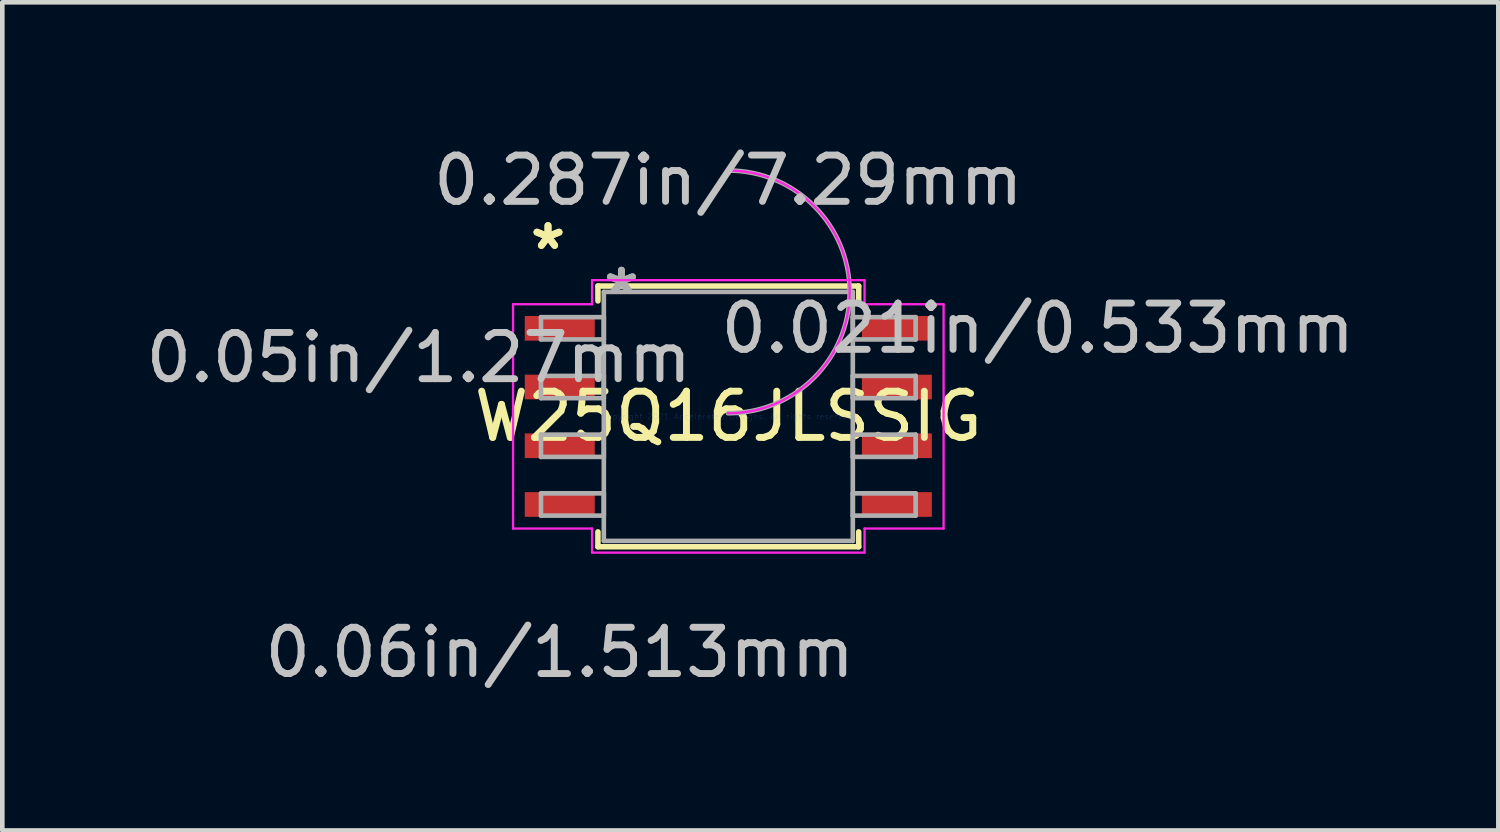
<source format=kicad_pcb>
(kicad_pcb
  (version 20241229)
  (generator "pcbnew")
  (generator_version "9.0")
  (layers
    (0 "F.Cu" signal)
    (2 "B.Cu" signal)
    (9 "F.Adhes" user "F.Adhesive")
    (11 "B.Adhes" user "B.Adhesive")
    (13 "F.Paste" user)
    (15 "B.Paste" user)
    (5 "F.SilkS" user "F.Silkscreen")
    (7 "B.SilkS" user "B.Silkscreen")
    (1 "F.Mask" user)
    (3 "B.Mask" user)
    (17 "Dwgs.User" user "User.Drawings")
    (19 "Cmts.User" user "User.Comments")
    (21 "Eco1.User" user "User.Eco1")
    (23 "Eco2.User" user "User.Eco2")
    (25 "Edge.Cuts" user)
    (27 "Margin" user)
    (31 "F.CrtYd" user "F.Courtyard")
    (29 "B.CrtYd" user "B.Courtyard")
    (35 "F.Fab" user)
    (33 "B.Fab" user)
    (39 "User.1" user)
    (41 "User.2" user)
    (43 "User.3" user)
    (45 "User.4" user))
  (footprint "W25Q16JLSSIG"
    (layer "F.Cu")
    (at 12.699 5.954)
    (property "Reference" "W25Q16JLSSIG" (at 0 0 0) (layer "F.SilkS") (effects (font (size 1 1) (thickness 0.15))))
    (attr through_hole)
    (fp_line (start -2.819 -2.819) (end -2.819 -2.497) (stroke (width 0.12) (type solid)) (layer "F.SilkS"))
    (fp_line (start -2.819 2.497) (end -2.819 2.819) (stroke (width 0.12) (type solid)) (layer "F.SilkS"))
    (fp_line (start -2.819 2.819) (end 2.819 2.819) (stroke (width 0.12) (type solid)) (layer "F.SilkS"))
    (fp_line (start 2.819 -2.819) (end -2.819 -2.819) (stroke (width 0.12) (type solid)) (layer "F.SilkS"))
    (fp_line (start 2.819 -2.497) (end 2.819 -2.819) (stroke (width 0.12) (type solid)) (layer "F.SilkS"))
    (fp_line (start 2.819 2.819) (end 2.819 2.497) (stroke (width 0.12) (type solid)) (layer "F.SilkS"))
    (fp_line (start -4.655 -2.425) (end -2.946 -2.425) (stroke (width 0.05) (type solid)) (layer "F.CrtYd"))
    (fp_line (start -4.655 2.425) (end -4.655 -2.425) (stroke (width 0.05) (type solid)) (layer "F.CrtYd"))
    (fp_line (start -2.946 -2.946) (end 2.946 -2.946) (stroke (width 0.05) (type solid)) (layer "F.CrtYd"))
    (fp_line (start -2.946 -2.425) (end -2.946 -2.946) (stroke (width 0.05) (type solid)) (layer "F.CrtYd"))
    (fp_line (start -2.946 2.425) (end -4.655 2.425) (stroke (width 0.05) (type solid)) (layer "F.CrtYd"))
    (fp_line (start -2.946 2.946) (end -2.946 2.425) (stroke (width 0.05) (type solid)) (layer "F.CrtYd"))
    (fp_line (start 2.946 -2.946) (end 2.946 -2.425) (stroke (width 0.05) (type solid)) (layer "F.CrtYd"))
    (fp_line (start 2.946 -2.425) (end 4.655 -2.425) (stroke (width 0.05) (type solid)) (layer "F.CrtYd"))
    (fp_line (start 2.946 2.425) (end 2.946 2.946) (stroke (width 0.05) (type solid)) (layer "F.CrtYd"))
    (fp_line (start 2.946 2.946) (end -2.946 2.946) (stroke (width 0.05) (type solid)) (layer "F.CrtYd"))
    (fp_line (start 4.655 -2.425) (end 4.655 2.425) (stroke (width 0.05) (type solid)) (layer "F.CrtYd"))
    (fp_line (start 4.655 2.425) (end 2.946 2.425) (stroke (width 0.05) (type solid)) (layer "F.CrtYd"))
    (fp_arc (start 0.011398 -5.316413) (mid 2.624013 -2.681002) (end -0.011398 -0.068387) (stroke (width 0.05) (type solid)) (layer "F.CrtYd"))
    (fp_line (start -4.051 -2.146) (end -4.051 -1.664) (stroke (width 0.1) (type solid)) (layer "F.Fab"))
    (fp_line (start -4.051 -1.664) (end -2.692 -1.664) (stroke (width 0.1) (type solid)) (layer "F.Fab"))
    (fp_line (start -4.051 -0.876) (end -4.051 -0.394) (stroke (width 0.1) (type solid)) (layer "F.Fab"))
    (fp_line (start -4.051 -0.394) (end -2.692 -0.394) (stroke (width 0.1) (type solid)) (layer "F.Fab"))
    (fp_line (start -4.051 0.394) (end -4.051 0.876) (stroke (width 0.1) (type solid)) (layer "F.Fab"))
    (fp_line (start -4.051 0.876) (end -2.692 0.876) (stroke (width 0.1) (type solid)) (layer "F.Fab"))
    (fp_line (start -4.051 1.664) (end -4.051 2.146) (stroke (width 0.1) (type solid)) (layer "F.Fab"))
    (fp_line (start -4.051 2.146) (end -2.692 2.146) (stroke (width 0.1) (type solid)) (layer "F.Fab"))
    (fp_line (start -2.692 -2.692) (end -2.692 2.692) (stroke (width 0.1) (type solid)) (layer "F.Fab"))
    (fp_line (start -2.692 -2.146) (end -4.051 -2.146) (stroke (width 0.1) (type solid)) (layer "F.Fab"))
    (fp_line (start -2.692 -1.664) (end -2.692 -2.146) (stroke (width 0.1) (type solid)) (layer "F.Fab"))
    (fp_line (start -2.692 -0.876) (end -4.051 -0.876) (stroke (width 0.1) (type solid)) (layer "F.Fab"))
    (fp_line (start -2.692 -0.394) (end -2.692 -0.876) (stroke (width 0.1) (type solid)) (layer "F.Fab"))
    (fp_line (start -2.692 0.394) (end -4.051 0.394) (stroke (width 0.1) (type solid)) (layer "F.Fab"))
    (fp_line (start -2.692 0.876) (end -2.692 0.394) (stroke (width 0.1) (type solid)) (layer "F.Fab"))
    (fp_line (start -2.692 1.664) (end -4.051 1.664) (stroke (width 0.1) (type solid)) (layer "F.Fab"))
    (fp_line (start -2.692 2.146) (end -2.692 1.664) (stroke (width 0.1) (type solid)) (layer "F.Fab"))
    (fp_line (start -2.692 2.692) (end 2.692 2.692) (stroke (width 0.1) (type solid)) (layer "F.Fab"))
    (fp_line (start 2.692 -2.692) (end -2.692 -2.692) (stroke (width 0.1) (type solid)) (layer "F.Fab"))
    (fp_line (start 2.692 -2.146) (end 2.692 -1.664) (stroke (width 0.1) (type solid)) (layer "F.Fab"))
    (fp_line (start 2.692 -1.664) (end 4.051 -1.664) (stroke (width 0.1) (type solid)) (layer "F.Fab"))
    (fp_line (start 2.692 -0.876) (end 2.692 -0.394) (stroke (width 0.1) (type solid)) (layer "F.Fab"))
    (fp_line (start 2.692 -0.394) (end 4.051 -0.394) (stroke (width 0.1) (type solid)) (layer "F.Fab"))
    (fp_line (start 2.692 0.394) (end 2.692 0.876) (stroke (width 0.1) (type solid)) (layer "F.Fab"))
    (fp_line (start 2.692 0.876) (end 4.051 0.876) (stroke (width 0.1) (type solid)) (layer "F.Fab"))
    (fp_line (start 2.692 1.664) (end 2.692 2.146) (stroke (width 0.1) (type solid)) (layer "F.Fab"))
    (fp_line (start 2.692 2.146) (end 4.051 2.146) (stroke (width 0.1) (type solid)) (layer "F.Fab"))
    (fp_line (start 2.692 2.692) (end 2.692 -2.692) (stroke (width 0.1) (type solid)) (layer "F.Fab"))
    (fp_line (start 4.051 -2.146) (end 2.692 -2.146) (stroke (width 0.1) (type solid)) (layer "F.Fab"))
    (fp_line (start 4.051 -1.664) (end 4.051 -2.146) (stroke (width 0.1) (type solid)) (layer "F.Fab"))
    (fp_line (start 4.051 -0.876) (end 2.692 -0.876) (stroke (width 0.1) (type solid)) (layer "F.Fab"))
    (fp_line (start 4.051 -0.394) (end 4.051 -0.876) (stroke (width 0.1) (type solid)) (layer "F.Fab"))
    (fp_line (start 4.051 0.394) (end 2.692 0.394) (stroke (width 0.1) (type solid)) (layer "F.Fab"))
    (fp_line (start 4.051 0.876) (end 4.051 0.394) (stroke (width 0.1) (type solid)) (layer "F.Fab"))
    (fp_line (start 4.051 1.664) (end 2.692 1.664) (stroke (width 0.1) (type solid)) (layer "F.Fab"))
    (fp_line (start 4.051 2.146) (end 4.051 1.664) (stroke (width 0.1) (type solid)) (layer "F.Fab"))
    (fp_arc (start 0.007742 -5.316413) (mid 2.624013 -2.684658) (end -0.007742 -0.068387) (stroke (width 0.1) (type solid)) (layer "F.Fab"))
    (fp_text user "*" (at -3.899 -3.581 0) (layer "F.SilkS") (effects (font (size 1 1) (thickness 0.15))))
    (fp_text user "*" (at -3.899 -3.581 0) (layer "F.SilkS") (effects (font (size 1 1) (thickness 0.15))))
    (fp_text user "0.021in/0.533mm" (at 6.693 -1.905 0) (layer "Dwgs.User") (effects (font (size 1 1) (thickness 0.15))))
    (fp_text user "0.287in/7.29mm" (at 0 -5.105 0) (layer "Dwgs.User") (effects (font (size 1 1) (thickness 0.15))))
    (fp_text user "0.05in/1.27mm" (at -6.693 -1.27 0) (layer "Dwgs.User") (effects (font (size 1 1) (thickness 0.15))))
    (fp_text user "0.06in/1.513mm" (at -3.645 5.105 0) (layer "Dwgs.User") (effects (font (size 1 1) (thickness 0.15))))
    (fp_text user "Copyright 2021 Accelerated Designs. All rights reserved." (at 0 0 0) (layer "Cmts.User") (effects (font (size 0.127 0.127) (thickness 0.002))))
    (fp_text user "*" (at -2.311 -2.616 0) (layer "F.Fab") (effects (font (size 1 1) (thickness 0.15))))
    (fp_text user "*" (at -2.311 -2.616 0) (layer "F.Fab") (effects (font (size 1 1) (thickness 0.15))))
    (pad "1" smd rect (at -3.645 -1.905) (size 1.513 0.533) (layers "F.Cu" "F.Mask" "F.Paste"))
    (pad "2" smd rect (at -3.645 -0.635) (size 1.513 0.533) (layers "F.Cu" "F.Mask" "F.Paste"))
    (pad "3" smd rect (at -3.645 0.635) (size 1.513 0.533) (layers "F.Cu" "F.Mask" "F.Paste"))
    (pad "4" smd rect (at -3.645 1.905) (size 1.513 0.533) (layers "F.Cu" "F.Mask" "F.Paste"))
    (pad "5" smd rect (at 3.645 1.905) (size 1.513 0.533) (layers "F.Cu" "F.Mask" "F.Paste"))
    (pad "6" smd rect (at 3.645 0.635) (size 1.513 0.533) (layers "F.Cu" "F.Mask" "F.Paste"))
    (pad "7" smd rect (at 3.645 -0.635) (size 1.513 0.533) (layers "F.Cu" "F.Mask" "F.Paste"))
    (pad "8" smd rect (at 3.645 -1.905) (size 1.513 0.533) (layers "F.Cu" "F.Mask" "F.Paste")))
  (gr_rect
    (start -3 -3)
    (end 29.35 14.907)
    (stroke (width 0.1) (type default))
    (fill no)
    (layer "Edge.Cuts")))
</source>
